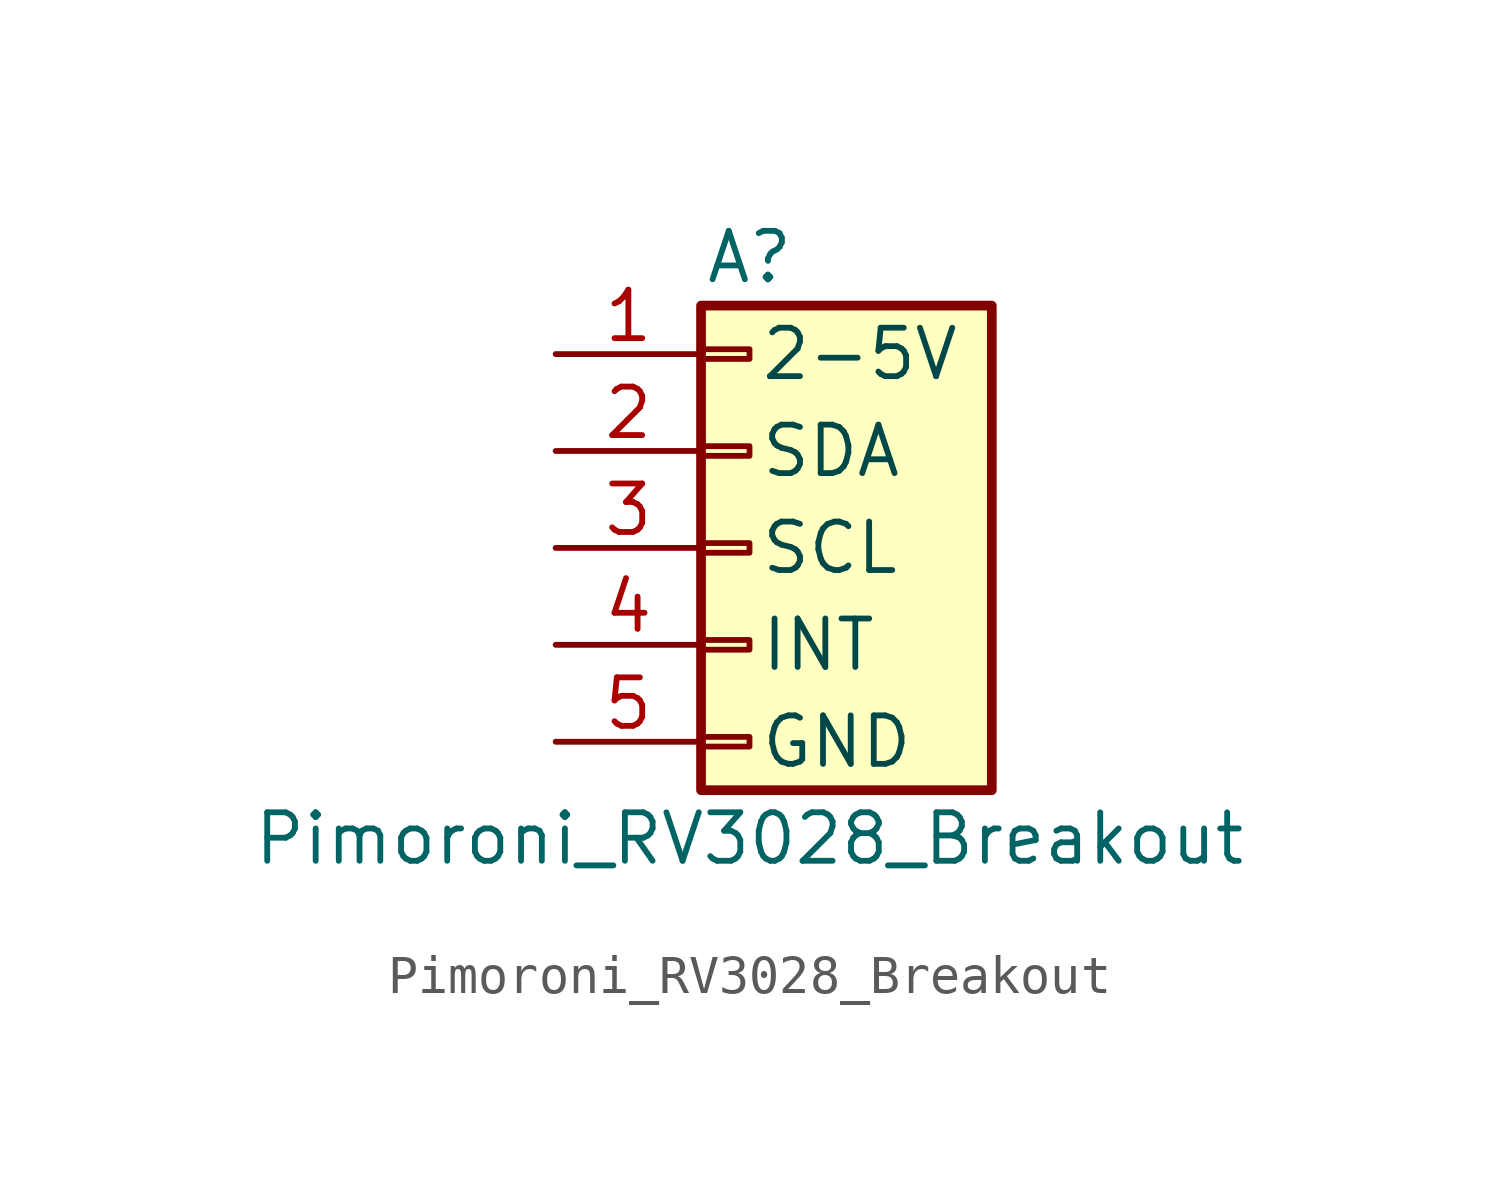
<source format=kicad_sym>
(kicad_symbol_lib
  (version 20231120)
  (generator "kicad_symbol_editor")
  (generator_version "8.0")
  (symbol "Pimoroni_RV3028_Breakout"
    (pin_names
      (offset 1.016) hide)
    (property "Reference" "A"
      (at 0 7.62 0)
      (effects (font (size 1.27 1.27))))
    (property "Value" "Pimoroni_RV3028_Breakout"
      (at 0 -7.62 0)
      (effects (font (size 1.27 1.27))))
    (symbol "Pimoroni_RV3028_Breakout_1_1"
      (rectangle (start -1.27 -4.953) (end 0 -5.207) (stroke (width 0.152) (type default)) (fill (type none)))
      (rectangle (start -1.27 -2.413) (end 0 -2.667) (stroke (width 0.152) (type default)) (fill (type none)))
      (rectangle (start -1.27 0.127) (end 0 -0.127) (stroke (width 0.152) (type default)) (fill (type none)))
      (rectangle (start -1.27 2.667) (end 0 2.413) (stroke (width 0.152) (type default)) (fill (type none)))
      (rectangle (start -1.27 5.207) (end 0 4.953) (stroke (width 0.152) (type default)) (fill (type none)))
      (rectangle (start -1.27 6.35) (end 6.35 -6.35) (stroke (width 0.254) (type default)) (fill (type background)))
      (text "2-5V" (at 0.254 5.08 0) (effects (font (size 1.27 1.27) (color 0 72 72 1)) (justify left)))
      (text "GND" (at 0.254 -5.08 0) (effects (font (size 1.27 1.27) (color 0 72 72 1)) (justify left)))
      (text "INT" (at 0.254 -2.54 0) (effects (font (size 1.27 1.27) (color 0 72 72 1)) (justify left)))
      (text "SCL" (at 0.254 0 0) (effects (font (size 1.27 1.27) (color 0 72 72 1)) (justify left)))
      (text "SDA" (at 0.254 2.54 0) (effects (font (size 1.27 1.27) (color 0 72 72 1)) (justify left)))
      (pin passive line (at -5.08 5.08 0) (length 3.81) (name "Pin_1" (effects (font (size 1.27 1.27)))) (number "1" (effects (font (size 1.27 1.27)))))
      (pin passive line (at -5.08 2.54 0) (length 3.81) (name "Pin_2" (effects (font (size 1.27 1.27)))) (number "2" (effects (font (size 1.27 1.27)))))
      (pin passive line (at -5.08 0 0) (length 3.81) (name "Pin_3" (effects (font (size 1.27 1.27)))) (number "3" (effects (font (size 1.27 1.27)))))
      (pin passive line (at -5.08 -2.54 0) (length 3.81) (name "Pin_4" (effects (font (size 1.27 1.27)))) (number "4" (effects (font (size 1.27 1.27)))))
      (pin passive line (at -5.08 -5.08 0) (length 3.81) (name "Pin_5" (effects (font (size 1.27 1.27)))) (number "5" (effects (font (size 1.27 1.27))))))))
</source>
